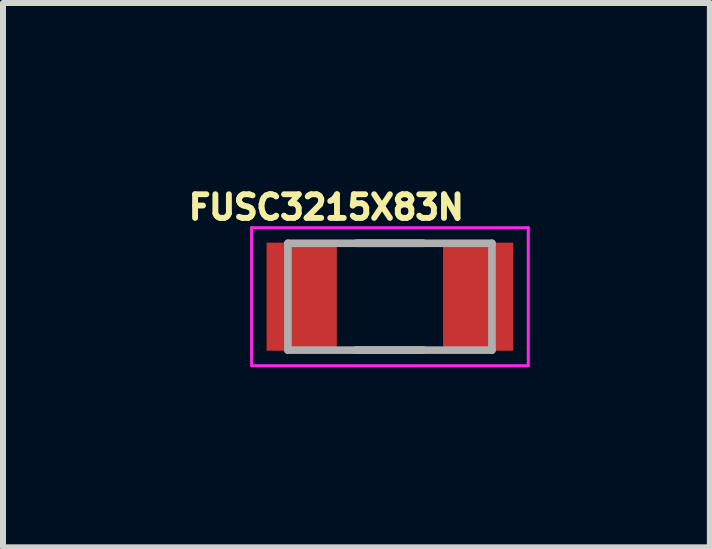
<source format=kicad_pcb>
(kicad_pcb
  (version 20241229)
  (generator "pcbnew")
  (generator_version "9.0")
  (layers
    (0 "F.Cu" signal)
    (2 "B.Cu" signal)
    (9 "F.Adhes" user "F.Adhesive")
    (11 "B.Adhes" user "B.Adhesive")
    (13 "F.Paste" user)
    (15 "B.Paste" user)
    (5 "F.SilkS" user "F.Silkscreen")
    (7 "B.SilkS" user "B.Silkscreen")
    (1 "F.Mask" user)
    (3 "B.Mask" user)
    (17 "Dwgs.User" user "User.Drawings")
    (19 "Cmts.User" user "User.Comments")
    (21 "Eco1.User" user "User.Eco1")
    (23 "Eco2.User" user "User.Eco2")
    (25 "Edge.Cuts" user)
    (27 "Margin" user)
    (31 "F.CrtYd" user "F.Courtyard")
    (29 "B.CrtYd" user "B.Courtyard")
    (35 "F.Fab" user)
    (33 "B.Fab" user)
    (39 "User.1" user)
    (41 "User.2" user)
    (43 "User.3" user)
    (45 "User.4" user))
  (footprint "FUSC3215X83N"
    (layer "F.Cu")
    (at 3.446 1.893)
    (property "Reference" "FUSC3215X83N" (at -1.06 -1.49 0) (layer "F.SilkS") (effects (font (size 0.394 0.394) (thickness 0.098))))
    (attr smd)
    (fp_line (start -0.56 -0.89) (end 0.56 -0.89) (stroke (width 0.127) (type solid)) (layer "F.SilkS"))
    (fp_line (start -0.56 0.89) (end 0.56 0.89) (stroke (width 0.127) (type solid)) (layer "F.SilkS"))
    (fp_line (start -2.305 -1.15) (end 2.305 -1.15) (stroke (width 0.05) (type solid)) (layer "F.CrtYd"))
    (fp_line (start -2.305 1.15) (end -2.305 -1.15) (stroke (width 0.05) (type solid)) (layer "F.CrtYd"))
    (fp_line (start -2.305 1.15) (end 2.305 1.15) (stroke (width 0.05) (type solid)) (layer "F.CrtYd"))
    (fp_line (start 2.305 1.15) (end 2.305 -1.15) (stroke (width 0.05) (type solid)) (layer "F.CrtYd"))
    (fp_line (start -1.7 0.89) (end -1.7 -0.89) (stroke (width 0.127) (type solid)) (layer "F.Fab"))
    (fp_line (start 1.7 -0.89) (end -1.7 -0.89) (stroke (width 0.127) (type solid)) (layer "F.Fab"))
    (fp_line (start 1.7 0.89) (end -1.7 0.89) (stroke (width 0.127) (type solid)) (layer "F.Fab"))
    (fp_line (start 1.7 0.89) (end 1.7 -0.89) (stroke (width 0.127) (type solid)) (layer "F.Fab"))
    (pad "1" smd rect (at -1.47 0) (size 1.17 1.8) (layers "F.Cu" "F.Mask" "F.Paste"))
    (pad "2" smd rect (at 1.47 0) (size 1.17 1.8) (layers "F.Cu" "F.Mask" "F.Paste")))
  (gr_rect
    (start -3 -3)
    (end 8.776 6.068)
    (stroke (width 0.1) (type default))
    (fill no)
    (layer "Edge.Cuts")))
</source>
